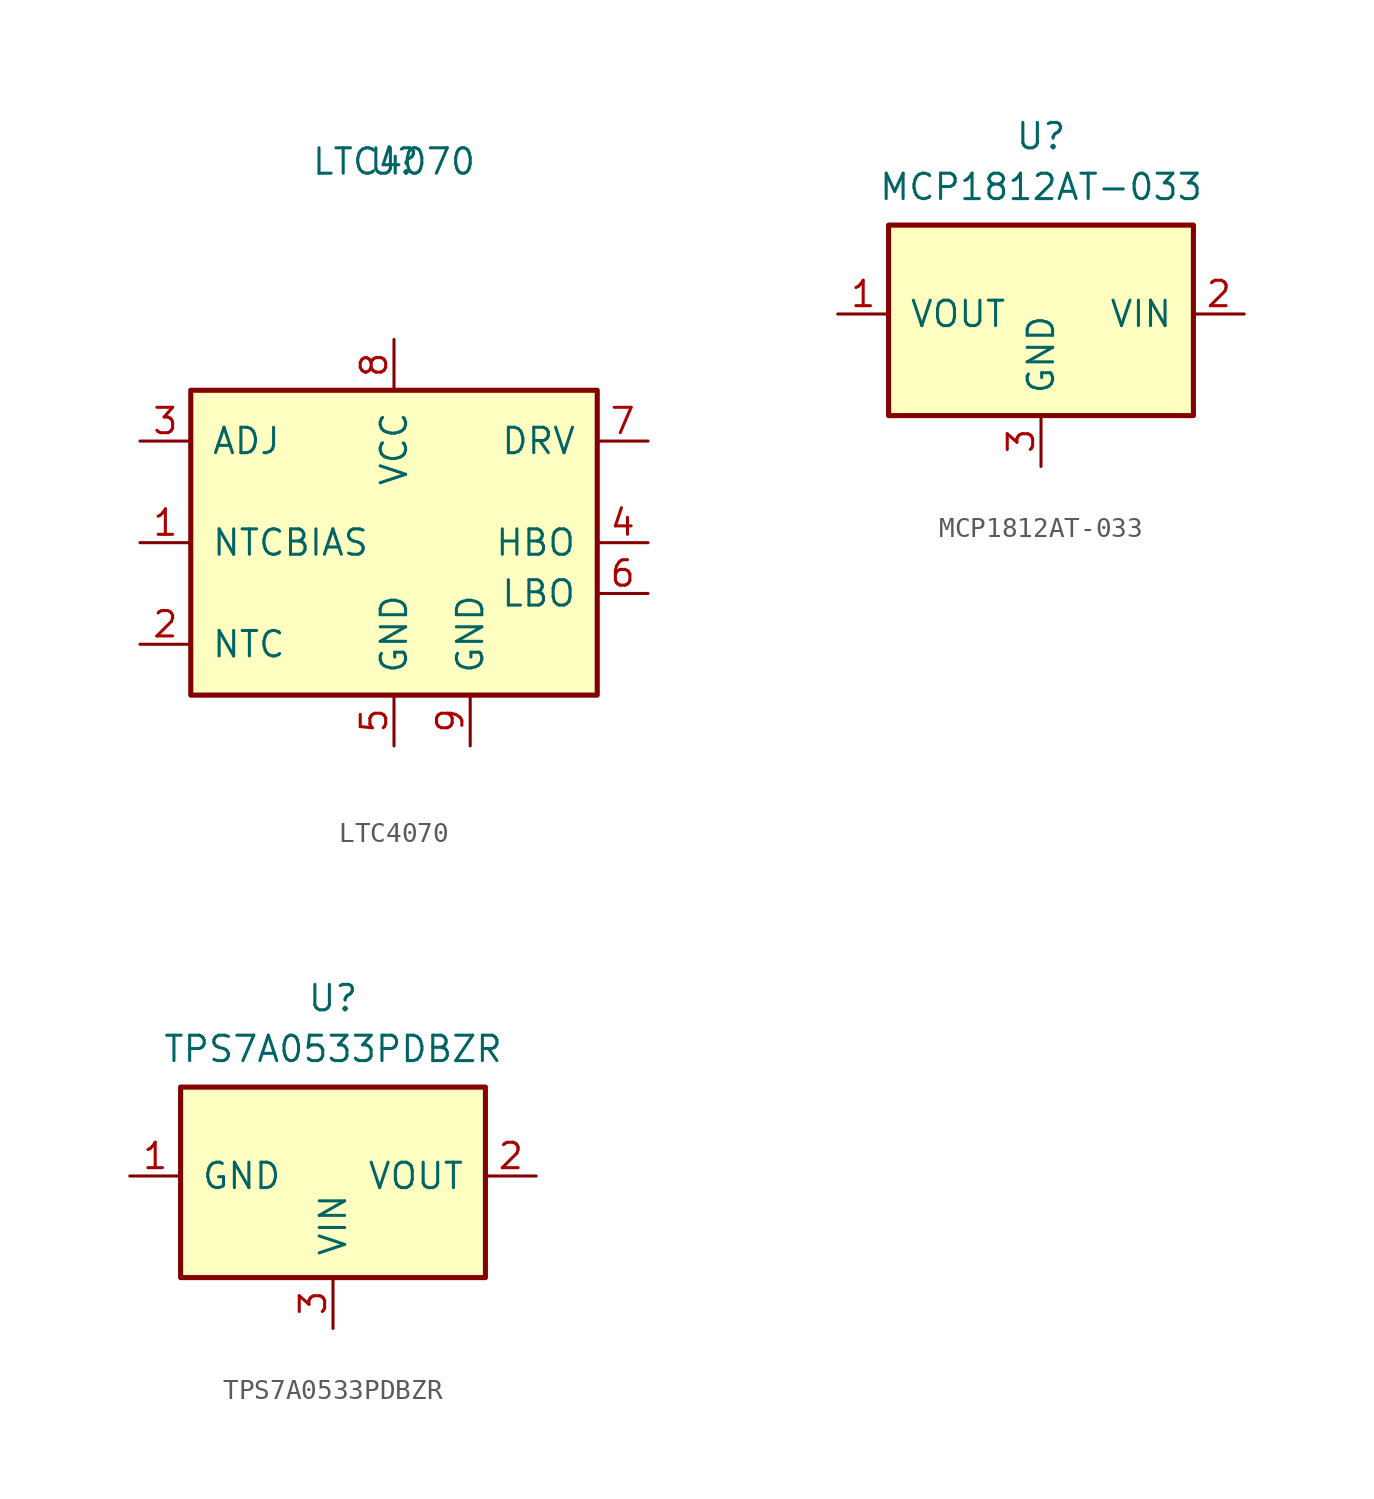
<source format=kicad_sym>
(kicad_symbol_lib
  (version 20220914)
  (generator kicad_symbol_editor)
  (symbol "LTC4070"
    (pin_names
      (offset 1.016))
    (property "Reference" "U"
      (at 0 0 0)
      (effects (font (size 1.27 1.27))))
    (property "Value" "LTC4070"
      (at 0 0 0)
      (effects (font (size 1.27 1.27))))
    (symbol "LTC4070_1_1"
      (rectangle (start 10.16 -26.67) (end -10.16 -11.43) (stroke (width 0.254) (type default)) (fill (type background)))
      (pin input line (at -12.7 -19.05 0) (length 2.54) (name "NTCBIAS" (effects (font (size 1.27 1.27)))) (number "1" (effects (font (size 1.27 1.27)))))
      (pin input line (at -12.7 -24.13 0) (length 2.54) (name "NTC" (effects (font (size 1.27 1.27)))) (number "2" (effects (font (size 1.27 1.27)))))
      (pin input line (at -12.7 -13.97 0) (length 2.54) (name "ADJ" (effects (font (size 1.27 1.27)))) (number "3" (effects (font (size 1.27 1.27)))))
      (pin output line (at 12.7 -19.05 180) (length 2.54) (name "HBO" (effects (font (size 1.27 1.27)))) (number "4" (effects (font (size 1.27 1.27)))))
      (pin power_in line (at 0 -29.21 90) (length 2.54) (name "GND" (effects (font (size 1.27 1.27)))) (number "5" (effects (font (size 1.27 1.27)))))
      (pin output line (at 12.7 -21.59 180) (length 2.54) (name "LBO" (effects (font (size 1.27 1.27)))) (number "6" (effects (font (size 1.27 1.27)))))
      (pin power_out line (at 12.7 -13.97 180) (length 2.54) (name "DRV" (effects (font (size 1.27 1.27)))) (number "7" (effects (font (size 1.27 1.27)))))
      (pin power_in line (at 0 -8.89 270) (length 2.54) (name "VCC" (effects (font (size 1.27 1.27)))) (number "8" (effects (font (size 1.27 1.27)))))
      (pin power_in line (at 3.81 -29.21 90) (length 2.54) (name "GND" (effects (font (size 1.27 1.27)))) (number "9" (effects (font (size 1.27 1.27)))))))
  (symbol "MCP1812AT-033"
    (pin_names
      (offset 1.016))
    (property "Reference" "U"
      (at 0 8.89 0)
      (effects (font (size 1.27 1.27))))
    (property "Value" "MCP1812AT-033"
      (at 0 6.35 0)
      (effects (font (size 1.27 1.27))))
    (symbol "MCP1812AT-033_1_1"
      (rectangle (start -7.62 -5.08) (end 7.62 4.445) (stroke (width 0.254) (type default)) (fill (type background)))
      (pin power_out line (at -10.16 0 0) (length 2.54) (name "VOUT" (effects (font (size 1.27 1.27)))) (number "1" (effects (font (size 1.27 1.27)))))
      (pin power_in line (at 10.16 0 180) (length 2.54) (name "VIN" (effects (font (size 1.27 1.27)))) (number "2" (effects (font (size 1.27 1.27)))))
      (pin power_in line (at 0 -7.62 90) (length 2.54) (name "GND" (effects (font (size 1.27 1.27)))) (number "3" (effects (font (size 1.27 1.27)))))))
  (symbol "TPS7A0533PDBZR"
    (pin_names
      (offset 1.016))
    (property "Reference" "U"
      (at 0 8.89 0)
      (effects (font (size 1.27 1.27))))
    (property "Value" "TPS7A0533PDBZR"
      (at 0 6.35 0)
      (effects (font (size 1.27 1.27))))
    (symbol "TPS7A0533PDBZR_1_1"
      (rectangle (start -7.62 4.445) (end 7.62 -5.08) (stroke (width 0.254) (type default)) (fill (type background)))
      (pin power_in line (at -10.16 0 0) (length 2.54) (name "GND" (effects (font (size 1.27 1.27)))) (number "1" (effects (font (size 1.27 1.27)))))
      (pin power_out line (at 10.16 0 180) (length 2.54) (name "VOUT" (effects (font (size 1.27 1.27)))) (number "2" (effects (font (size 1.27 1.27)))))
      (pin power_in line (at 0 -7.62 90) (length 2.54) (name "VIN" (effects (font (size 1.27 1.27)))) (number "3" (effects (font (size 1.27 1.27))))))))
</source>
